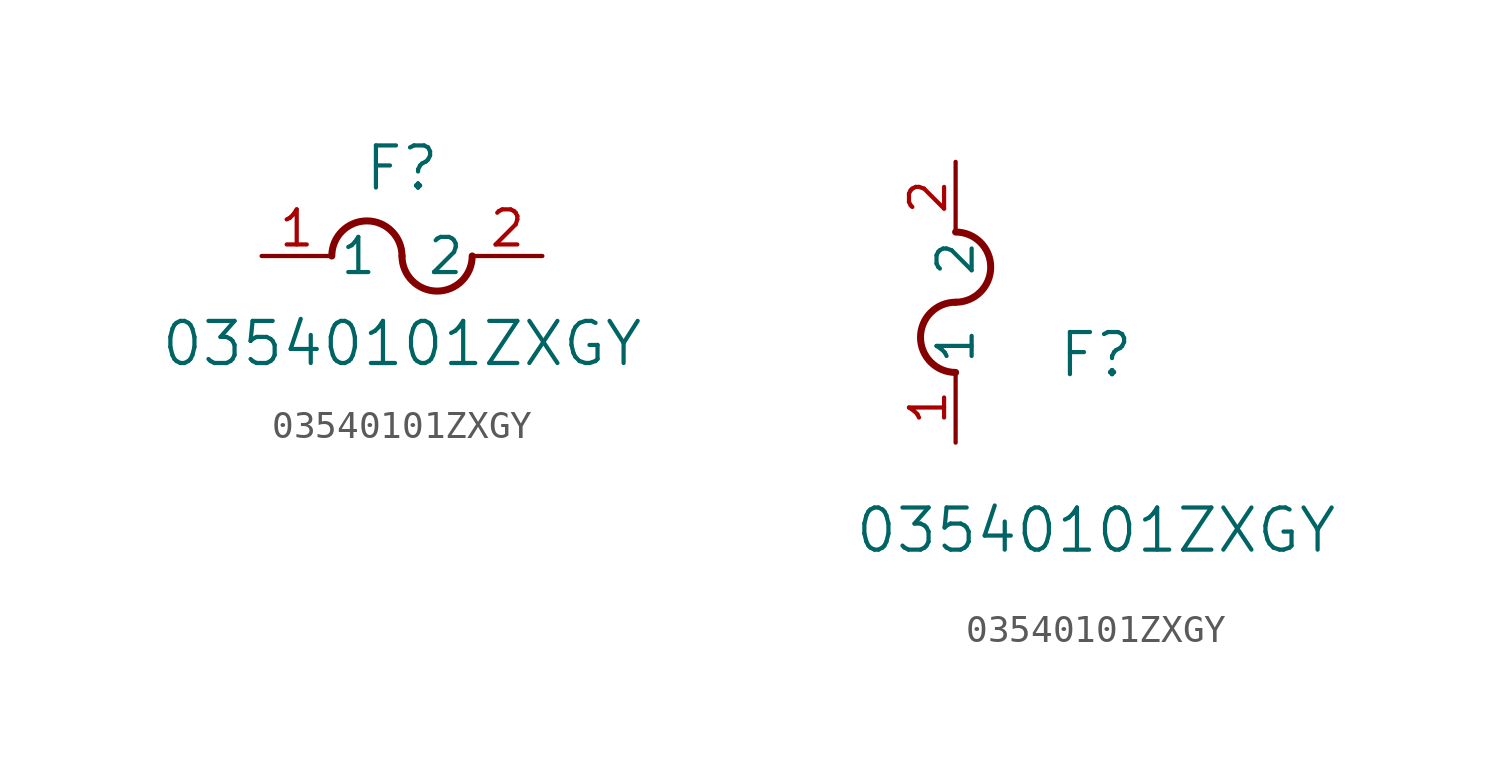
<source format=kicad_sym>
(kicad_symbol_lib
  (version 20211014)
  (generator kicad_symbol_editor)
  (symbol "03540101ZXGY"
    (pin_names
      (offset 0.254))
    (property "Reference" "F"
      (at 5.08 3.175 0)
      (effects (font (size 1.524 1.524))))
    (property "Value" "03540101ZXGY"
      (at 5.08 -3.175 0)
      (effects (font (size 1.524 1.524))))
    (symbol "03540101ZXGY_1_1"
      (arc (start 5.08 0) (mid 3.81 1.27) (end 2.54 0) (stroke (width 0.254) (type default) (color 0 0 0 0)) (fill (type none)))
      (arc (start 5.08 0) (mid 6.35 -1.27) (end 7.62 0) (stroke (width 0.254) (type default) (color 0 0 0 0)) (fill (type none)))
      (pin unspecified line (at 0 0 0) (length 2.54) (name "1" (effects (font (size 1.27 1.27)))) (number "1" (effects (font (size 1.27 1.27)))))
      (pin unspecified line (at 10.16 0 180) (length 2.54) (name "2" (effects (font (size 1.27 1.27)))) (number "2" (effects (font (size 1.27 1.27))))))
    (symbol "03540101ZXGY_1_2"
      (arc (start 0 5.08) (mid -1.27 3.81) (end 0 2.54) (stroke (width 0.254) (type default) (color 0 0 0 0)) (fill (type none)))
      (arc (start 0 5.08) (mid 1.27 6.35) (end 0 7.62) (stroke (width 0.254) (type default) (color 0 0 0 0)) (fill (type none)))
      (pin unspecified line (at 0 0 90) (length 2.54) (name "1" (effects (font (size 1.27 1.27)))) (number "1" (effects (font (size 1.27 1.27)))))
      (pin unspecified line (at 0 10.16 270) (length 2.54) (name "2" (effects (font (size 1.27 1.27)))) (number "2" (effects (font (size 1.27 1.27))))))))
</source>
